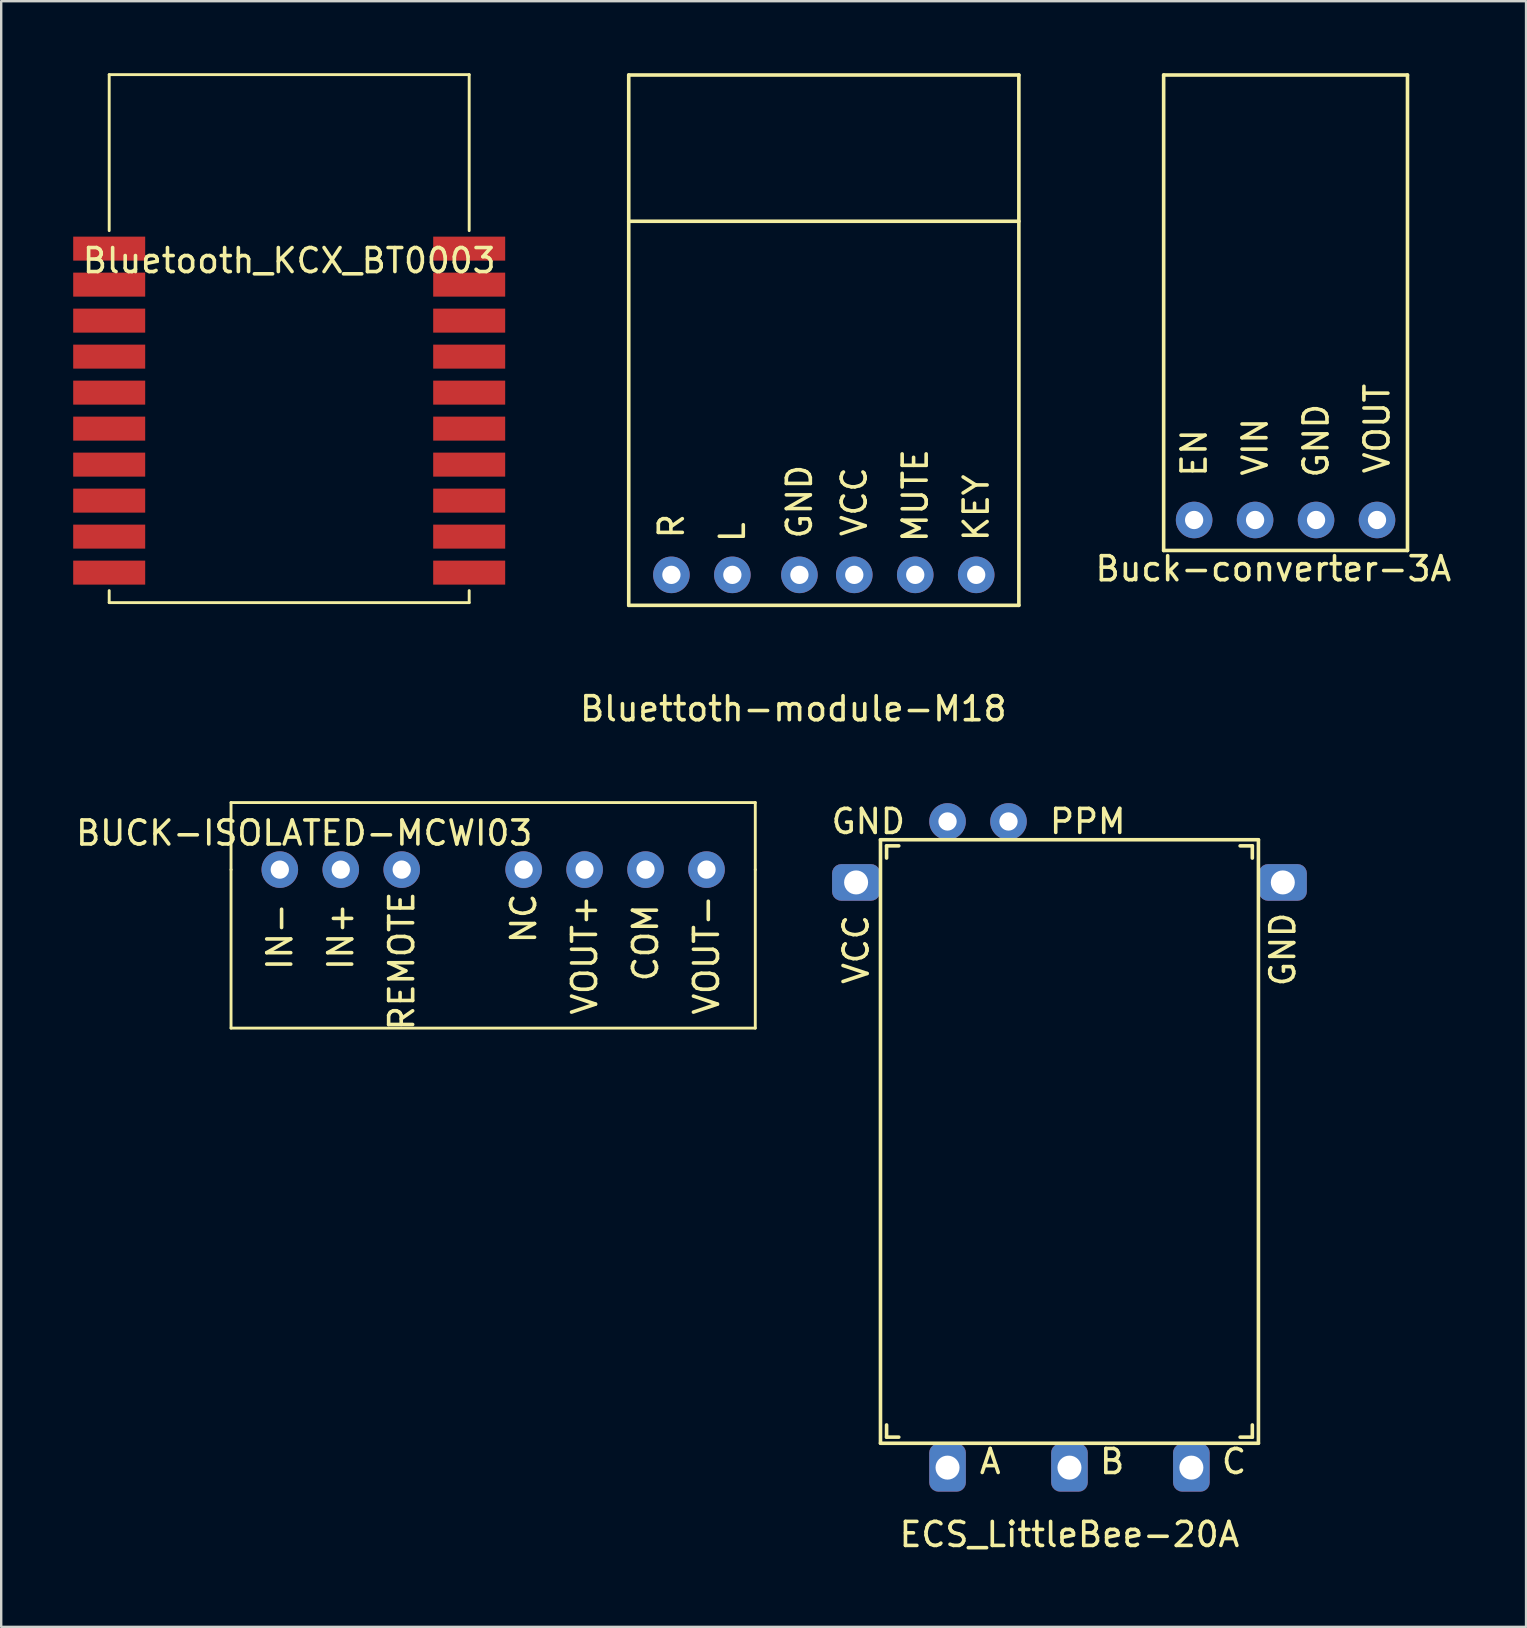
<source format=kicad_pcb>
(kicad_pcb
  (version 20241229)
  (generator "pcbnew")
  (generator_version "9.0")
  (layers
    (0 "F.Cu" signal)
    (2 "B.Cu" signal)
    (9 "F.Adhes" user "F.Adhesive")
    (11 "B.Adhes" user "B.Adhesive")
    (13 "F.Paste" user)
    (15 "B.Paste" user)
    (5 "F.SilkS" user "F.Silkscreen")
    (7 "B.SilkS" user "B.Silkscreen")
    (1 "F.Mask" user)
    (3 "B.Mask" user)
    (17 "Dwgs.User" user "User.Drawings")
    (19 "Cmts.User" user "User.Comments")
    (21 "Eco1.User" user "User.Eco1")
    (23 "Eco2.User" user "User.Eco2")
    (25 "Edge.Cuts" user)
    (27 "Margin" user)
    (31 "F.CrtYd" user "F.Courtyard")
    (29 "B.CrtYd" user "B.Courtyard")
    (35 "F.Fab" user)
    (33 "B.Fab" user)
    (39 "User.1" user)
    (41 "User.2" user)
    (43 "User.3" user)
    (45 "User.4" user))
  (footprint "ECS_LittleBee-20A"
    (layer "F.Cu")
    (at 41.512 60.389)
    (property "Reference" "ECS_LittleBee-20A" (at 0 0.5 0) (layer "F.SilkS") (effects (font (size 1 1) (thickness 0.15))))
    (attr through_hole)
    (fp_line (start -7.874 -28.448) (end -7.874 -3.302) (stroke (width 0.15) (type solid)) (layer "F.SilkS"))
    (fp_line (start -7.874 -28.448) (end 7.874 -28.448) (stroke (width 0.15) (type solid)) (layer "F.SilkS"))
    (fp_line (start -7.874 -3.302) (end 7.874 -3.302) (stroke (width 0.15) (type solid)) (layer "F.SilkS"))
    (fp_line (start -7.62 -28.194) (end -7.62 -27.686) (stroke (width 0.15) (type solid)) (layer "F.SilkS"))
    (fp_line (start -7.62 -3.556) (end -7.62 -4.064) (stroke (width 0.15) (type solid)) (layer "F.SilkS"))
    (fp_line (start -7.112 -28.194) (end -7.62 -28.194) (stroke (width 0.15) (type solid)) (layer "F.SilkS"))
    (fp_line (start -7.112 -3.556) (end -7.62 -3.556) (stroke (width 0.15) (type solid)) (layer "F.SilkS"))
    (fp_line (start 7.112 -28.194) (end 7.62 -28.194) (stroke (width 0.15) (type solid)) (layer "F.SilkS"))
    (fp_line (start 7.112 -3.556) (end 7.62 -3.556) (stroke (width 0.15) (type solid)) (layer "F.SilkS"))
    (fp_line (start 7.62 -28.194) (end 7.62 -27.686) (stroke (width 0.15) (type solid)) (layer "F.SilkS"))
    (fp_line (start 7.62 -3.556) (end 7.62 -4.064) (stroke (width 0.15) (type solid)) (layer "F.SilkS"))
    (fp_line (start 7.874 -28.448) (end 7.874 -3.302) (stroke (width 0.15) (type solid)) (layer "F.SilkS"))
    (fp_text user "B" (at 1.778 -2.54 0) (layer "F.SilkS") (effects (font (size 1 1) (thickness 0.15))))
    (fp_text user "GND" (at 8.89 -23.876 90) (layer "F.SilkS") (effects (font (size 1 1) (thickness 0.15))))
    (fp_text user "PPM" (at 0.762 -29.21 0) (layer "F.SilkS") (effects (font (size 1 1) (thickness 0.15))))
    (fp_text user "A" (at -3.302 -2.54 0) (layer "F.SilkS") (effects (font (size 1 1) (thickness 0.15))))
    (fp_text user "VCC" (at -8.89 -23.876 90) (layer "F.SilkS") (effects (font (size 1 1) (thickness 0.15))))
    (fp_text user "C" (at 6.858 -2.54 0) (layer "F.SilkS") (effects (font (size 1 1) (thickness 0.15))))
    (fp_text user "GND" (at -8.382 -29.21 0) (layer "F.SilkS") (effects (font (size 1 1) (thickness 0.15))))
    (pad "1" thru_hole roundrect (at -5.08 -2.286) (size 1.524 2) (drill 1) (layers "*.Cu" "*.Mask") (roundrect_rratio 0.25))
    (pad "2" thru_hole roundrect (at 0 -2.286) (size 1.524 2) (drill 1) (layers "*.Cu" "*.Mask") (roundrect_rratio 0.25))
    (pad "3" thru_hole roundrect (at 5.08 -2.286) (size 1.524 2) (drill 1) (layers "*.Cu" "*.Mask") (roundrect_rratio 0.25))
    (pad "4" thru_hole roundrect (at 8.89 -26.67) (size 2 1.524) (drill 1) (layers "*.Cu" "*.Mask") (roundrect_rratio 0.25))
    (pad "5" thru_hole roundrect (at -8.89 -26.67) (size 2 1.524) (drill 1) (layers "*.Cu" "*.Mask") (roundrect_rratio 0.25))
    (pad "6" thru_hole circle (at -2.54 -29.21) (size 1.524 1.524) (drill 0.762) (layers "*.Cu" "*.Mask"))
    (pad "7" thru_hole circle (at -5.08 -29.21) (size 1.524 1.524) (drill 0.762) (layers "*.Cu" "*.Mask")))
  (footprint "BUCK-ISOLATED-MCWI03"
    (layer "F.Cu")
    (at 8.609 33.185)
    (property "Reference" "BUCK-ISOLATED-MCWI03" (at 1.016 -1.524 0) (layer "F.SilkS") (effects (font (size 1 1) (thickness 0.15))))
    (attr through_hole)
    (fp_line (start -2.032 0) (end -2.032 -2.794) (stroke (width 0.12) (type solid)) (layer "F.SilkS"))
    (fp_line (start -2.032 0) (end -2.032 6.604) (stroke (width 0.12) (type solid)) (layer "F.SilkS"))
    (fp_line (start 19.812 -2.794) (end -2.032 -2.794) (stroke (width 0.12) (type solid)) (layer "F.SilkS"))
    (fp_line (start 19.812 0) (end 19.812 -2.794) (stroke (width 0.12) (type solid)) (layer "F.SilkS"))
    (fp_line (start 19.812 0) (end 19.812 6.604) (stroke (width 0.12) (type solid)) (layer "F.SilkS"))
    (fp_line (start 19.812 6.604) (end -2.032 6.604) (stroke (width 0.12) (type solid)) (layer "F.SilkS"))
    (fp_text user "VOUT-" (at 17.78 3.556 90) (layer "F.SilkS") (effects (font (size 1 1) (thickness 0.15))))
    (fp_text user "IN+" (at 2.54 2.794 90) (layer "F.SilkS") (effects (font (size 1 1) (thickness 0.15))))
    (fp_text user "COM" (at 15.24 3.048 90) (layer "F.SilkS") (effects (font (size 1 1) (thickness 0.15))))
    (fp_text user "VOUT+" (at 12.7 3.556 90) (layer "F.SilkS") (effects (font (size 1 1) (thickness 0.15))))
    (fp_text user "IN-" (at 0 2.794 90) (layer "F.SilkS") (effects (font (size 1 1) (thickness 0.15))))
    (fp_text user "REMOTE" (at 5.08 3.81 90) (layer "F.SilkS") (effects (font (size 1 1) (thickness 0.15))))
    (fp_text user "NC" (at 10.16 2.032 90) (layer "F.SilkS") (effects (font (size 1 1) (thickness 0.15))))
    (pad "1" thru_hole circle (at 0 0) (size 1.524 1.524) (drill 0.762) (layers "*.Cu" "*.Mask"))
    (pad "2" thru_hole circle (at 2.54 0) (size 1.524 1.524) (drill 0.762) (layers "*.Cu" "*.Mask"))
    (pad "3" thru_hole circle (at 5.08 0) (size 1.524 1.524) (drill 0.762) (layers "*.Cu" "*.Mask"))
    (pad "4" thru_hole circle (at 10.16 0) (size 1.524 1.524) (drill 0.762) (layers "*.Cu" "*.Mask"))
    (pad "5" thru_hole circle (at 12.7 0) (size 1.524 1.524) (drill 0.762) (layers "*.Cu" "*.Mask"))
    (pad "6" thru_hole circle (at 15.24 0) (size 1.524 1.524) (drill 0.762) (layers "*.Cu" "*.Mask"))
    (pad "7" thru_hole circle (at 17.78 0) (size 1.524 1.524) (drill 0.762) (layers "*.Cu" "*.Mask")))
  (footprint "Buck-converter-3A"
    (layer "F.Cu")
    (at 49.247 18.617)
    (property "Reference" "Buck-converter-3A" (at 0.762 2.032 0) (layer "F.SilkS") (effects (font (size 1 1) (thickness 0.15))))
    (attr through_hole)
    (fp_line (start -3.81 -18.542) (end 6.35 -18.542) (stroke (width 0.15) (type solid)) (layer "F.SilkS"))
    (fp_line (start -3.81 1.27) (end -3.81 -18.542) (stroke (width 0.15) (type solid)) (layer "F.SilkS"))
    (fp_line (start -3.81 1.27) (end 6.35 1.27) (stroke (width 0.15) (type solid)) (layer "F.SilkS"))
    (fp_line (start 6.35 1.27) (end 6.35 -18.542) (stroke (width 0.15) (type solid)) (layer "F.SilkS"))
    (fp_text user "VOUT" (at 5.08 -3.81 90) (layer "F.SilkS") (effects (font (size 1 1) (thickness 0.15))))
    (fp_text user "VIN" (at 0 -3.048 270) (layer "F.SilkS") (effects (font (size 1 1) (thickness 0.15))))
    (fp_text user "GND" (at 2.54 -3.302 90) (layer "F.SilkS") (effects (font (size 1 1) (thickness 0.15))))
    (fp_text user "EN" (at -2.54 -2.794 90) (layer "F.SilkS") (effects (font (size 1 1) (thickness 0.15))))
    (pad "1" thru_hole circle (at -2.54 0) (size 1.524 1.524) (drill 0.762) (layers "*.Cu" "*.Mask"))
    (pad "2" thru_hole circle (at 0 0) (size 1.524 1.524) (drill 0.762) (layers "*.Cu" "*.Mask"))
    (pad "3" thru_hole circle (at 2.54 0) (size 1.524 1.524) (drill 0.762) (layers "*.Cu" "*.Mask"))
    (pad "4" thru_hole circle (at 5.08 0) (size 1.524 1.524) (drill 0.762) (layers "*.Cu" "*.Mask")))
  (footprint "Bluetooth_KCX_BT0003"
    (layer "F.Cu")
    (at 9 7.31)
    (property "Reference" "Bluetooth_KCX_BT0003" (at 0 0.5 0) (layer "F.SilkS") (effects (font (size 1 1) (thickness 0.15))))
    (attr through_hole)
    (fp_line (start -7.5 -0.75) (end -7.5 -7.25) (stroke (width 0.12) (type solid)) (layer "F.SilkS"))
    (fp_line (start -7.5 14.25) (end -7.5 14.75) (stroke (width 0.12) (type solid)) (layer "F.SilkS"))
    (fp_line (start -7.5 14.75) (end 7.5 14.75) (stroke (width 0.12) (type solid)) (layer "F.SilkS"))
    (fp_line (start 7.5 -7.25) (end -7.5 -7.25) (stroke (width 0.12) (type solid)) (layer "F.SilkS"))
    (fp_line (start 7.5 -0.75) (end 7.5 -7.25) (stroke (width 0.12) (type solid)) (layer "F.SilkS"))
    (fp_line (start 7.5 14.75) (end 7.5 14.25) (stroke (width 0.12) (type solid)) (layer "F.SilkS"))
    (pad "1" smd rect (at -7.5 0) (size 3 1) (layers "F.Cu" "F.Mask" "F.Paste"))
    (pad "2" smd rect (at -7.5 1.5) (size 3 1) (layers "F.Cu" "F.Mask" "F.Paste"))
    (pad "3" smd rect (at -7.5 3) (size 3 1) (layers "F.Cu" "F.Mask" "F.Paste"))
    (pad "4" smd rect (at -7.5 4.5) (size 3 1) (layers "F.Cu" "F.Mask" "F.Paste"))
    (pad "5" smd rect (at -7.5 6) (size 3 1) (layers "F.Cu" "F.Mask" "F.Paste"))
    (pad "6" smd rect (at -7.5 7.5) (size 3 1) (layers "F.Cu" "F.Mask" "F.Paste"))
    (pad "7" smd rect (at -7.5 9) (size 3 1) (layers "F.Cu" "F.Mask" "F.Paste"))
    (pad "8" smd rect (at -7.5 10.5) (size 3 1) (layers "F.Cu" "F.Mask" "F.Paste"))
    (pad "9" smd rect (at -7.5 12) (size 3 1) (layers "F.Cu" "F.Mask" "F.Paste"))
    (pad "10" smd rect (at -7.5 13.5) (size 3 1) (layers "F.Cu" "F.Mask" "F.Paste"))
    (pad "11" smd rect (at 7.5 13.5) (size 3 1) (layers "F.Cu" "F.Mask" "F.Paste"))
    (pad "12" smd rect (at 7.5 12) (size 3 1) (layers "F.Cu" "F.Mask" "F.Paste"))
    (pad "13" smd rect (at 7.5 10.5) (size 3 1) (layers "F.Cu" "F.Mask" "F.Paste"))
    (pad "14" smd rect (at 7.5 9) (size 3 1) (layers "F.Cu" "F.Mask" "F.Paste"))
    (pad "15" smd rect (at 7.5 7.5) (size 3 1) (layers "F.Cu" "F.Mask" "F.Paste"))
    (pad "16" smd rect (at 7.5 6) (size 3 1) (layers "F.Cu" "F.Mask" "F.Paste"))
    (pad "17" smd rect (at 7.5 4.5) (size 3 1) (layers "F.Cu" "F.Mask" "F.Paste"))
    (pad "18" smd rect (at 7.5 3) (size 3 1) (layers "F.Cu" "F.Mask" "F.Paste"))
    (pad "19" smd rect (at 7.5 1.5) (size 3 1) (layers "F.Cu" "F.Mask" "F.Paste"))
    (pad "20" smd rect (at 7.5 0) (size 3 1) (layers "F.Cu" "F.Mask" "F.Paste")))
  (footprint "Bluettoth-module-M18"
    (layer "F.Cu")
    (at 30.006 25.983)
    (property "Reference" "Bluettoth-module-M18" (at 0 0.5 0) (layer "F.SilkS") (effects (font (size 1 1) (thickness 0.15))))
    (attr through_hole)
    (fp_line (start -6.858 -25.908) (end 9.398 -25.908) (stroke (width 0.15) (type solid)) (layer "F.SilkS"))
    (fp_line (start -6.858 -3.81) (end -6.858 -25.908) (stroke (width 0.15) (type solid)) (layer "F.SilkS"))
    (fp_line (start -6.858 -3.81) (end 9.398 -3.81) (stroke (width 0.15) (type solid)) (layer "F.SilkS"))
    (fp_line (start 9.398 -19.812) (end -6.858 -19.812) (stroke (width 0.15) (type solid)) (layer "F.SilkS"))
    (fp_line (start 9.398 -3.81) (end 9.398 -25.908) (stroke (width 0.15) (type solid)) (layer "F.SilkS"))
    (fp_text user "R" (at -5.08 -7.112 90) (layer "F.SilkS") (effects (font (size 1 1) (thickness 0.15))))
    (fp_text user "MUTE" (at 5.08 -8.382 90) (layer "F.SilkS") (effects (font (size 1 1) (thickness 0.15))))
    (fp_text user "GND" (at 0.254 -8.128 90) (layer "F.SilkS") (effects (font (size 1 1) (thickness 0.15))))
    (fp_text user "KEY" (at 7.62 -7.874 90) (layer "F.SilkS") (effects (font (size 1 1) (thickness 0.15))))
    (fp_text user "L" (at -2.54 -6.858 90) (layer "F.SilkS") (effects (font (size 1 1) (thickness 0.15))))
    (fp_text user "VCC" (at 2.54 -8.128 90) (layer "F.SilkS") (effects (font (size 1 1) (thickness 0.15))))
    (pad "1" thru_hole circle (at -5.08 -5.08) (size 1.524 1.524) (drill 0.762) (layers "*.Cu" "*.Mask"))
    (pad "2" thru_hole circle (at -2.54 -5.08) (size 1.524 1.524) (drill 0.762) (layers "*.Cu" "*.Mask"))
    (pad "3" thru_hole circle (at 0.254 -5.08) (size 1.524 1.524) (drill 0.762) (layers "*.Cu" "*.Mask"))
    (pad "4" thru_hole circle (at 2.54 -5.08) (size 1.524 1.524) (drill 0.762) (layers "*.Cu" "*.Mask"))
    (pad "5" thru_hole circle (at 5.08 -5.08) (size 1.524 1.524) (drill 0.762) (layers "*.Cu" "*.Mask"))
    (pad "6" thru_hole circle (at 7.62 -5.08) (size 1.524 1.524) (drill 0.762) (layers "*.Cu" "*.Mask")))
  (gr_rect
    (start -3 -3)
    (end 60.538 64.738)
    (stroke (width 0.1) (type default))
    (fill no)
    (layer "Edge.Cuts")))
</source>
